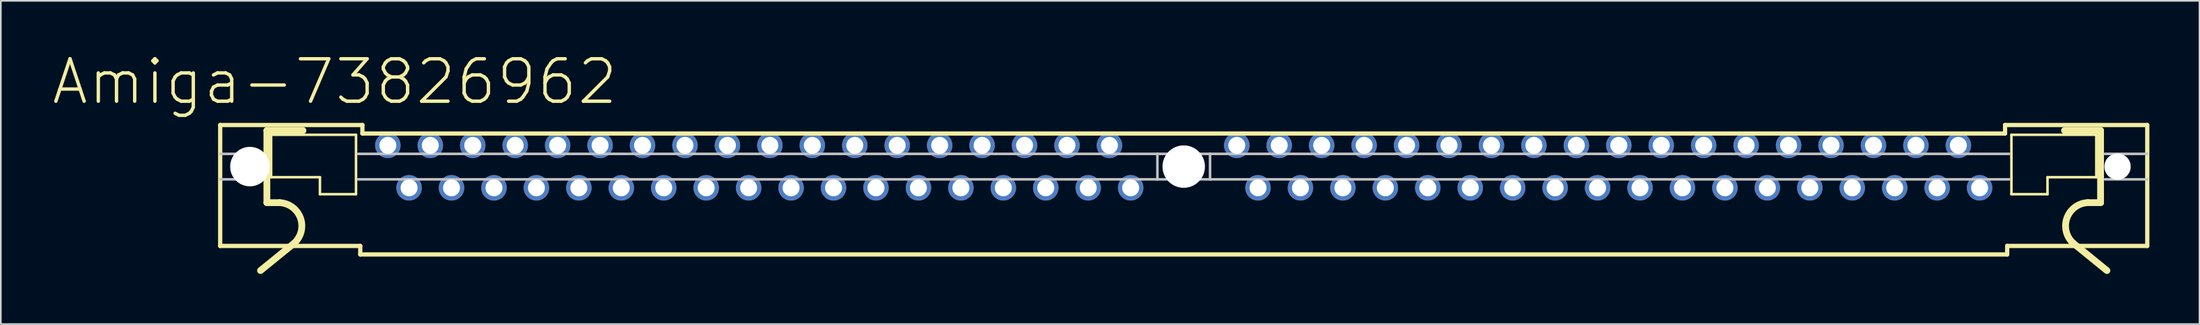
<source format=kicad_pcb>
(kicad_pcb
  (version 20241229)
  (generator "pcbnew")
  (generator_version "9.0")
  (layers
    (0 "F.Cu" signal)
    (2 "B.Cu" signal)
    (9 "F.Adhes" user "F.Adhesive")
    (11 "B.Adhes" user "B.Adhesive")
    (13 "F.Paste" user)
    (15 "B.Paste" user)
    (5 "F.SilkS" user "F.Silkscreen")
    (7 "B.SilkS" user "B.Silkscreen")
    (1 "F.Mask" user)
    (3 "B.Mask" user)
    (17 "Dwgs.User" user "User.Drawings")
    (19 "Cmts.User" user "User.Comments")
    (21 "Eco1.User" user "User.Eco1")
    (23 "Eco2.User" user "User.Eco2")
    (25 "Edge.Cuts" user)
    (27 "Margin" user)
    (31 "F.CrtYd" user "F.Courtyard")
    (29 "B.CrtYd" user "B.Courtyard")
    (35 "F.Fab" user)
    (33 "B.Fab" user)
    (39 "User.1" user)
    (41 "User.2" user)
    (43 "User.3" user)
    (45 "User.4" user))
  (footprint "Amiga-73826962"
    (layer "F.Cu")
    (at 67.784 6.923)
    (property "Reference" "Amiga-73826962" (at -50.8 -5.08 0) (layer "F.SilkS") (effects (font (size 2.54 2.54) (thickness 0.203))))
    (attr exclude_from_pos_files exclude_from_bom)
    (fp_line (start -57.658 -2.489) (end -49.149 -2.489) (stroke (width 0.254) (type solid)) (layer "F.SilkS"))
    (fp_line (start -57.658 4.75) (end -57.658 -2.489) (stroke (width 0.254) (type solid)) (layer "F.SilkS"))
    (fp_line (start -54.864 -2.159) (end -54.864 2.159) (stroke (width 0.406) (type solid)) (layer "F.SilkS"))
    (fp_line (start -54.864 2.159) (end -54.102 2.159) (stroke (width 0.406) (type solid)) (layer "F.SilkS"))
    (fp_line (start -54.61 -1.905) (end -54.61 0.635) (stroke (width 0.152) (type solid)) (layer "F.SilkS"))
    (fp_line (start -53.213 4.572) (end -55.245 6.223) (stroke (width 0.406) (type solid)) (layer "F.SilkS"))
    (fp_line (start -52.705 -2.159) (end -54.864 -2.159) (stroke (width 0.406) (type solid)) (layer "F.SilkS"))
    (fp_line (start -51.689 0.635) (end -54.61 0.635) (stroke (width 0.152) (type solid)) (layer "F.SilkS"))
    (fp_line (start -51.689 1.651) (end -51.689 0.635) (stroke (width 0.152) (type solid)) (layer "F.SilkS"))
    (fp_line (start -51.689 1.651) (end -49.53 1.651) (stroke (width 0.152) (type solid)) (layer "F.SilkS"))
    (fp_line (start -49.53 -1.905) (end -54.61 -1.905) (stroke (width 0.152) (type solid)) (layer "F.SilkS"))
    (fp_line (start -49.53 1.651) (end -49.53 -1.905) (stroke (width 0.152) (type solid)) (layer "F.SilkS"))
    (fp_line (start -49.276 4.75) (end -57.658 4.75) (stroke (width 0.254) (type solid)) (layer "F.SilkS"))
    (fp_line (start -49.276 5.258) (end -49.276 4.75) (stroke (width 0.254) (type solid)) (layer "F.SilkS"))
    (fp_line (start -49.149 -1.981) (end -49.149 -2.489) (stroke (width 0.254) (type solid)) (layer "F.SilkS"))
    (fp_line (start -49.149 -1.981) (end 49.149 -1.981) (stroke (width 0.254) (type solid)) (layer "F.SilkS"))
    (fp_line (start 49.149 -2.489) (end 57.658 -2.489) (stroke (width 0.254) (type solid)) (layer "F.SilkS"))
    (fp_line (start 49.149 -1.981) (end 49.149 -2.489) (stroke (width 0.254) (type solid)) (layer "F.SilkS"))
    (fp_line (start 49.276 4.75) (end 49.276 5.258) (stroke (width 0.254) (type solid)) (layer "F.SilkS"))
    (fp_line (start 49.276 5.258) (end -49.276 5.258) (stroke (width 0.254) (type solid)) (layer "F.SilkS"))
    (fp_line (start 49.53 -1.905) (end 54.61 -1.905) (stroke (width 0.152) (type solid)) (layer "F.SilkS"))
    (fp_line (start 49.53 1.651) (end 49.53 -1.905) (stroke (width 0.152) (type solid)) (layer "F.SilkS"))
    (fp_line (start 51.689 0.635) (end 54.61 0.635) (stroke (width 0.152) (type solid)) (layer "F.SilkS"))
    (fp_line (start 51.689 1.651) (end 49.53 1.651) (stroke (width 0.152) (type solid)) (layer "F.SilkS"))
    (fp_line (start 51.689 1.651) (end 51.689 0.635) (stroke (width 0.152) (type solid)) (layer "F.SilkS"))
    (fp_line (start 52.705 -2.159) (end 54.864 -2.159) (stroke (width 0.406) (type solid)) (layer "F.SilkS"))
    (fp_line (start 53.213 4.572) (end 55.245 6.223) (stroke (width 0.406) (type solid)) (layer "F.SilkS"))
    (fp_line (start 54.61 -1.905) (end 54.61 0.635) (stroke (width 0.152) (type solid)) (layer "F.SilkS"))
    (fp_line (start 54.864 -2.159) (end 54.864 2.159) (stroke (width 0.406) (type solid)) (layer "F.SilkS"))
    (fp_line (start 54.864 2.159) (end 54.102 2.159) (stroke (width 0.406) (type solid)) (layer "F.SilkS"))
    (fp_line (start 57.658 -2.489) (end 57.658 4.75) (stroke (width 0.254) (type solid)) (layer "F.SilkS"))
    (fp_line (start 57.658 4.75) (end 49.276 4.75) (stroke (width 0.254) (type solid)) (layer "F.SilkS"))
    (fp_arc (start -54.102 2.159) (mid -52.858153 3.068927) (end -53.213662 4.568505) (stroke (width 0.4064) (type solid)) (layer "F.SilkS"))
    (fp_arc (start 53.213 4.572) (mid 52.854675 3.069674) (end 54.099961 2.156085) (stroke (width 0.4064) (type solid)) (layer "F.SilkS"))
    (fp_line (start -57.658 -0.762) (end -55.118 -0.762) (stroke (width 0.152) (type solid)) (layer "Dwgs.User"))
    (fp_line (start -57.658 0.762) (end -55.118 0.762) (stroke (width 0.152) (type solid)) (layer "Dwgs.User"))
    (fp_line (start -49.403 -0.762) (end -1.575 -0.762) (stroke (width 0.152) (type solid)) (layer "Dwgs.User"))
    (fp_line (start -49.403 0.762) (end -1.575 0.762) (stroke (width 0.152) (type solid)) (layer "Dwgs.User"))
    (fp_line (start -1.575 -0.762) (end 1.575 -0.762) (stroke (width 0.152) (type solid)) (layer "Dwgs.User"))
    (fp_line (start -1.575 0.762) (end -1.575 -0.762) (stroke (width 0.152) (type solid)) (layer "Dwgs.User"))
    (fp_line (start -1.575 0.762) (end 1.575 0.762) (stroke (width 0.152) (type solid)) (layer "Dwgs.User"))
    (fp_line (start 1.575 0.762) (end 1.575 -0.762) (stroke (width 0.152) (type solid)) (layer "Dwgs.User"))
    (fp_line (start 49.403 -0.762) (end 1.575 -0.762) (stroke (width 0.152) (type solid)) (layer "Dwgs.User"))
    (fp_line (start 49.403 0.762) (end 1.575 0.762) (stroke (width 0.152) (type solid)) (layer "Dwgs.User"))
    (fp_line (start 57.658 -0.762) (end 55.118 -0.762) (stroke (width 0.152) (type solid)) (layer "Dwgs.User"))
    (fp_line (start 57.658 0.762) (end 55.118 0.762) (stroke (width 0.152) (type solid)) (layer "Dwgs.User"))
    (pad "" np_thru_hole circle (at -55.88 0) (size 2.362 2.362) (drill 2.362) (layers "*.Cu" "*.Mask"))
    (pad "" np_thru_hole circle (at 0 0) (size 2.54 2.54) (drill 2.54) (layers "*.Cu" "*.Mask"))
    (pad "" np_thru_hole circle (at 55.88 0) (size 1.575 1.575) (drill 1.575) (layers "*.Cu" "*.Mask"))
    (pad "1" thru_hole circle (at 47.625 1.27) (size 1.524 1.524) (drill 1.016) (layers "*.Cu" "*.Paste" "*.Mask"))
    (pad "2" thru_hole circle (at 46.355 -1.27) (size 1.524 1.524) (drill 1.016) (layers "*.Cu" "*.Paste" "*.Mask"))
    (pad "3" thru_hole circle (at 45.085 1.27) (size 1.524 1.524) (drill 1.016) (layers "*.Cu" "*.Paste" "*.Mask"))
    (pad "4" thru_hole circle (at 43.815 -1.27) (size 1.524 1.524) (drill 1.016) (layers "*.Cu" "*.Paste" "*.Mask"))
    (pad "5" thru_hole circle (at 42.545 1.27) (size 1.524 1.524) (drill 1.016) (layers "*.Cu" "*.Paste" "*.Mask"))
    (pad "6" thru_hole circle (at 41.275 -1.27) (size 1.524 1.524) (drill 1.016) (layers "*.Cu" "*.Paste" "*.Mask"))
    (pad "7" thru_hole circle (at 40.005 1.27) (size 1.524 1.524) (drill 1.016) (layers "*.Cu" "*.Paste" "*.Mask"))
    (pad "8" thru_hole circle (at 38.735 -1.27) (size 1.524 1.524) (drill 1.016) (layers "*.Cu" "*.Paste" "*.Mask"))
    (pad "9" thru_hole circle (at 37.465 1.27) (size 1.524 1.524) (drill 1.016) (layers "*.Cu" "*.Paste" "*.Mask"))
    (pad "10" thru_hole circle (at 36.195 -1.27) (size 1.524 1.524) (drill 1.016) (layers "*.Cu" "*.Paste" "*.Mask"))
    (pad "11" thru_hole circle (at 34.925 1.27) (size 1.524 1.524) (drill 1.016) (layers "*.Cu" "*.Paste" "*.Mask"))
    (pad "12" thru_hole circle (at 33.655 -1.27) (size 1.524 1.524) (drill 1.016) (layers "*.Cu" "*.Paste" "*.Mask"))
    (pad "13" thru_hole circle (at 32.385 1.27) (size 1.524 1.524) (drill 1.016) (layers "*.Cu" "*.Paste" "*.Mask"))
    (pad "14" thru_hole circle (at 31.115 -1.27) (size 1.524 1.524) (drill 1.016) (layers "*.Cu" "*.Paste" "*.Mask"))
    (pad "15" thru_hole circle (at 29.845 1.27) (size 1.524 1.524) (drill 1.016) (layers "*.Cu" "*.Paste" "*.Mask"))
    (pad "16" thru_hole circle (at 28.575 -1.27) (size 1.524 1.524) (drill 1.016) (layers "*.Cu" "*.Paste" "*.Mask"))
    (pad "17" thru_hole circle (at 27.305 1.27) (size 1.524 1.524) (drill 1.016) (layers "*.Cu" "*.Paste" "*.Mask"))
    (pad "18" thru_hole circle (at 26.035 -1.27) (size 1.524 1.524) (drill 1.016) (layers "*.Cu" "*.Paste" "*.Mask"))
    (pad "19" thru_hole circle (at 24.765 1.27) (size 1.524 1.524) (drill 1.016) (layers "*.Cu" "*.Paste" "*.Mask"))
    (pad "20" thru_hole circle (at 23.495 -1.27) (size 1.524 1.524) (drill 1.016) (layers "*.Cu" "*.Paste" "*.Mask"))
    (pad "21" thru_hole circle (at 22.225 1.27) (size 1.524 1.524) (drill 1.016) (layers "*.Cu" "*.Paste" "*.Mask"))
    (pad "22" thru_hole circle (at 20.955 -1.27) (size 1.524 1.524) (drill 1.016) (layers "*.Cu" "*.Paste" "*.Mask"))
    (pad "23" thru_hole circle (at 19.685 1.27) (size 1.524 1.524) (drill 1.016) (layers "*.Cu" "*.Paste" "*.Mask"))
    (pad "24" thru_hole circle (at 18.415 -1.27) (size 1.524 1.524) (drill 1.016) (layers "*.Cu" "*.Paste" "*.Mask"))
    (pad "25" thru_hole circle (at 17.145 1.27) (size 1.524 1.524) (drill 1.016) (layers "*.Cu" "*.Paste" "*.Mask"))
    (pad "26" thru_hole circle (at 15.875 -1.27) (size 1.524 1.524) (drill 1.016) (layers "*.Cu" "*.Paste" "*.Mask"))
    (pad "27" thru_hole circle (at 14.605 1.27) (size 1.524 1.524) (drill 1.016) (layers "*.Cu" "*.Paste" "*.Mask"))
    (pad "28" thru_hole circle (at 13.335 -1.27) (size 1.524 1.524) (drill 1.016) (layers "*.Cu" "*.Paste" "*.Mask"))
    (pad "29" thru_hole circle (at 12.065 1.27) (size 1.524 1.524) (drill 1.016) (layers "*.Cu" "*.Paste" "*.Mask"))
    (pad "30" thru_hole circle (at 10.795 -1.27) (size 1.524 1.524) (drill 1.016) (layers "*.Cu" "*.Paste" "*.Mask"))
    (pad "31" thru_hole circle (at 9.525 1.27) (size 1.524 1.524) (drill 1.016) (layers "*.Cu" "*.Paste" "*.Mask"))
    (pad "32" thru_hole circle (at 8.255 -1.27) (size 1.524 1.524) (drill 1.016) (layers "*.Cu" "*.Paste" "*.Mask"))
    (pad "33" thru_hole circle (at 6.985 1.27) (size 1.524 1.524) (drill 1.016) (layers "*.Cu" "*.Paste" "*.Mask"))
    (pad "34" thru_hole circle (at 5.715 -1.27) (size 1.524 1.524) (drill 1.016) (layers "*.Cu" "*.Paste" "*.Mask"))
    (pad "35" thru_hole circle (at 4.445 1.27) (size 1.524 1.524) (drill 1.016) (layers "*.Cu" "*.Paste" "*.Mask"))
    (pad "36" thru_hole circle (at 3.175 -1.27) (size 1.524 1.524) (drill 1.016) (layers "*.Cu" "*.Paste" "*.Mask"))
    (pad "37" thru_hole circle (at -3.175 1.27) (size 1.524 1.524) (drill 1.016) (layers "*.Cu" "*.Paste" "*.Mask"))
    (pad "38" thru_hole circle (at -4.445 -1.27) (size 1.524 1.524) (drill 1.016) (layers "*.Cu" "*.Paste" "*.Mask"))
    (pad "39" thru_hole circle (at -5.715 1.27) (size 1.524 1.524) (drill 1.016) (layers "*.Cu" "*.Paste" "*.Mask"))
    (pad "40" thru_hole circle (at -6.985 -1.27) (size 1.524 1.524) (drill 1.016) (layers "*.Cu" "*.Paste" "*.Mask"))
    (pad "41" thru_hole circle (at -8.255 1.27) (size 1.524 1.524) (drill 1.016) (layers "*.Cu" "*.Paste" "*.Mask"))
    (pad "42" thru_hole circle (at -9.525 -1.27) (size 1.524 1.524) (drill 1.016) (layers "*.Cu" "*.Paste" "*.Mask"))
    (pad "43" thru_hole circle (at -10.795 1.27) (size 1.524 1.524) (drill 1.016) (layers "*.Cu" "*.Paste" "*.Mask"))
    (pad "44" thru_hole circle (at -12.065 -1.27) (size 1.524 1.524) (drill 1.016) (layers "*.Cu" "*.Paste" "*.Mask"))
    (pad "45" thru_hole circle (at -13.335 1.27) (size 1.524 1.524) (drill 1.016) (layers "*.Cu" "*.Paste" "*.Mask"))
    (pad "46" thru_hole circle (at -14.605 -1.27) (size 1.524 1.524) (drill 1.016) (layers "*.Cu" "*.Paste" "*.Mask"))
    (pad "47" thru_hole circle (at -15.875 1.27) (size 1.524 1.524) (drill 1.016) (layers "*.Cu" "*.Paste" "*.Mask"))
    (pad "48" thru_hole circle (at -17.145 -1.27) (size 1.524 1.524) (drill 1.016) (layers "*.Cu" "*.Paste" "*.Mask"))
    (pad "49" thru_hole circle (at -18.415 1.27) (size 1.524 1.524) (drill 1.016) (layers "*.Cu" "*.Paste" "*.Mask"))
    (pad "50" thru_hole circle (at -19.685 -1.27) (size 1.524 1.524) (drill 1.016) (layers "*.Cu" "*.Paste" "*.Mask"))
    (pad "51" thru_hole circle (at -20.955 1.27) (size 1.524 1.524) (drill 1.016) (layers "*.Cu" "*.Paste" "*.Mask"))
    (pad "52" thru_hole circle (at -22.225 -1.27) (size 1.524 1.524) (drill 1.016) (layers "*.Cu" "*.Paste" "*.Mask"))
    (pad "53" thru_hole circle (at -23.495 1.27) (size 1.524 1.524) (drill 1.016) (layers "*.Cu" "*.Paste" "*.Mask"))
    (pad "54" thru_hole circle (at -24.765 -1.27) (size 1.524 1.524) (drill 1.016) (layers "*.Cu" "*.Paste" "*.Mask"))
    (pad "55" thru_hole circle (at -26.035 1.27) (size 1.524 1.524) (drill 1.016) (layers "*.Cu" "*.Paste" "*.Mask"))
    (pad "56" thru_hole circle (at -27.305 -1.27) (size 1.524 1.524) (drill 1.016) (layers "*.Cu" "*.Paste" "*.Mask"))
    (pad "57" thru_hole circle (at -28.575 1.27) (size 1.524 1.524) (drill 1.016) (layers "*.Cu" "*.Paste" "*.Mask"))
    (pad "58" thru_hole circle (at -29.845 -1.27) (size 1.524 1.524) (drill 1.016) (layers "*.Cu" "*.Paste" "*.Mask"))
    (pad "59" thru_hole circle (at -31.115 1.27) (size 1.524 1.524) (drill 1.016) (layers "*.Cu" "*.Paste" "*.Mask"))
    (pad "60" thru_hole circle (at -32.385 -1.27) (size 1.524 1.524) (drill 1.016) (layers "*.Cu" "*.Paste" "*.Mask"))
    (pad "61" thru_hole circle (at -33.655 1.27) (size 1.524 1.524) (drill 1.016) (layers "*.Cu" "*.Paste" "*.Mask"))
    (pad "62" thru_hole circle (at -34.925 -1.27) (size 1.524 1.524) (drill 1.016) (layers "*.Cu" "*.Paste" "*.Mask"))
    (pad "63" thru_hole circle (at -36.195 1.27) (size 1.524 1.524) (drill 1.016) (layers "*.Cu" "*.Paste" "*.Mask"))
    (pad "64" thru_hole circle (at -37.465 -1.27) (size 1.524 1.524) (drill 1.016) (layers "*.Cu" "*.Paste" "*.Mask"))
    (pad "65" thru_hole circle (at -38.735 1.27) (size 1.524 1.524) (drill 1.016) (layers "*.Cu" "*.Paste" "*.Mask"))
    (pad "66" thru_hole circle (at -40.005 -1.27) (size 1.524 1.524) (drill 1.016) (layers "*.Cu" "*.Paste" "*.Mask"))
    (pad "67" thru_hole circle (at -41.275 1.27) (size 1.524 1.524) (drill 1.016) (layers "*.Cu" "*.Paste" "*.Mask"))
    (pad "68" thru_hole circle (at -42.545 -1.27) (size 1.524 1.524) (drill 1.016) (layers "*.Cu" "*.Paste" "*.Mask"))
    (pad "69" thru_hole circle (at -43.815 1.27) (size 1.524 1.524) (drill 1.016) (layers "*.Cu" "*.Paste" "*.Mask"))
    (pad "70" thru_hole circle (at -45.085 -1.27) (size 1.524 1.524) (drill 1.016) (layers "*.Cu" "*.Paste" "*.Mask"))
    (pad "71" thru_hole circle (at -46.355 1.27) (size 1.524 1.524) (drill 1.016) (layers "*.Cu" "*.Paste" "*.Mask"))
    (pad "72" thru_hole circle (at -47.625 -1.27) (size 1.524 1.524) (drill 1.016) (layers "*.Cu" "*.Paste" "*.Mask")))
  (gr_rect
    (start -3 -3)
    (end 128.569 16.349)
    (stroke (width 0.1) (type default))
    (fill no)
    (layer "Edge.Cuts")))
</source>
